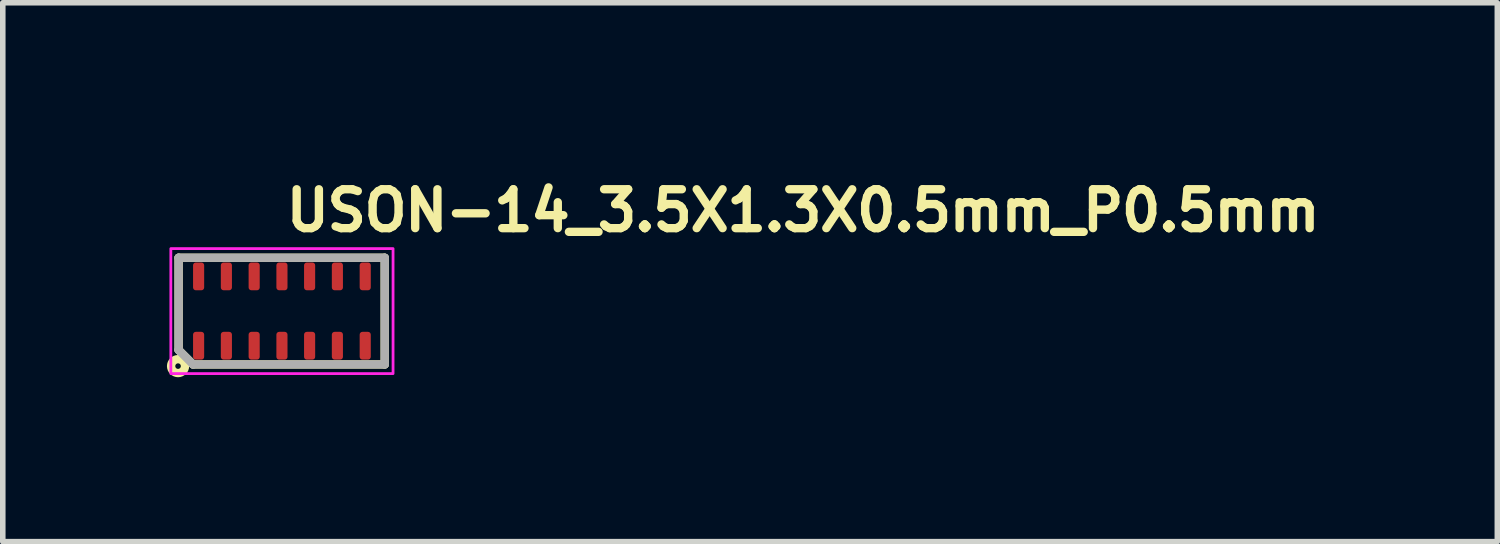
<source format=kicad_pcb>
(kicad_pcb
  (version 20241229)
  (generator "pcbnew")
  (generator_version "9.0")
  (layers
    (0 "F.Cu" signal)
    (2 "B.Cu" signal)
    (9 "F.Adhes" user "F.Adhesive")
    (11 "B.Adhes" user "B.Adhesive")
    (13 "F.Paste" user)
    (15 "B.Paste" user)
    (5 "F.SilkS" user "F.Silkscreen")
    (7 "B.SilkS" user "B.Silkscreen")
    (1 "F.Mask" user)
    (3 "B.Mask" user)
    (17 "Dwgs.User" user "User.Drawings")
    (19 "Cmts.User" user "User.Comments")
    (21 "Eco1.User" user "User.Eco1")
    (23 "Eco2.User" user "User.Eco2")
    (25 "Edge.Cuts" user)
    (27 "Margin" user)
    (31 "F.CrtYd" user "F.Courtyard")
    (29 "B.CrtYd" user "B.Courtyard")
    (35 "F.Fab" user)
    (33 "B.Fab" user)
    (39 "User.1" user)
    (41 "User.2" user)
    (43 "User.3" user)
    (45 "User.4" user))
  (footprint "USON-14_3.5X1.3X0.5mm_P0.5mm"
    (layer "F.Cu")
    (at 2.025 2.55)
    (property "Reference" "USON-14_3.5X1.3X0.5mm_P0.5mm" (at 0 -1.4 180) (layer "F.SilkS") (effects (font (size 0.7 0.7) (thickness 0.15)) (justify left bottom)))
    (attr smd)
    (fp_line (start -1.86 -0.96) (end 1.85 -0.96) (stroke (width 0.15) (type solid)) (layer "F.SilkS"))
    (fp_line (start -1.86 0.7) (end -1.86 -0.96) (stroke (width 0.15) (type solid)) (layer "F.SilkS"))
    (fp_line (start -1.86 0.7) (end -1.6 0.96) (stroke (width 0.15) (type default)) (layer "F.SilkS"))
    (fp_line (start 1.85 -0.96) (end 1.85 0.96) (stroke (width 0.15) (type solid)) (layer "F.SilkS"))
    (fp_line (start 1.85 0.96) (end -1.6 0.96) (stroke (width 0.15) (type solid)) (layer "F.SilkS"))
    (fp_circle (center -1.87 0.99) (end -1.82 0.99) (stroke (width 0.15) (type solid)) (fill no) (layer "F.SilkS"))
    (fp_rect (start -2 -1.125) (end 2 1.125) (stroke (width 0.05) (type solid)) (fill no) (layer "F.CrtYd"))
    (fp_line (start -1.86 -0.96) (end -1.86 0.7) (stroke (width 0.15) (type solid)) (layer "F.Fab"))
    (fp_line (start -1.86 0.7) (end -1.6 0.96) (stroke (width 0.15) (type default)) (layer "F.Fab"))
    (fp_line (start -1.6 0.96) (end 1.85 0.96) (stroke (width 0.15) (type solid)) (layer "F.Fab"))
    (fp_line (start 1.85 -0.96) (end -1.86 -0.96) (stroke (width 0.15) (type solid)) (layer "F.Fab"))
    (fp_line (start 1.85 0.96) (end 1.85 -0.96) (stroke (width 0.15) (type solid)) (layer "F.Fab"))
    (fp_rect (start -1.75 -0.687) (end 1.749 0.685) (stroke (width 0.1) (type solid)) (fill no) (layer "User.5"))
    (fp_line (start -1.75 -0.677) (end -1.75 0.675) (stroke (width 0.02) (type solid)) (layer "User.9"))
    (fp_line (start -1.75 0.675) (end 1.749 0.675) (stroke (width 0.02) (type solid)) (layer "User.9"))
    (fp_line (start -1.601 -0.687) (end -1.601 -0.677) (stroke (width 0.02) (type solid)) (layer "User.9"))
    (fp_line (start -1.601 0.675) (end -1.601 0.685) (stroke (width 0.02) (type solid)) (layer "User.9"))
    (fp_line (start -1.601 0.685) (end -1.401 0.685) (stroke (width 0.02) (type solid)) (layer "User.9"))
    (fp_line (start -1.594 0.341) (end -1.594 0.348) (stroke (width 0.02) (type solid)) (layer "User.9"))
    (fp_line (start -1.594 0.348) (end -1.594 0.356) (stroke (width 0.02) (type solid)) (layer "User.9"))
    (fp_line (start -1.594 0.356) (end -1.594 0.363) (stroke (width 0.02) (type solid)) (layer "User.9"))
    (fp_line (start -1.594 0.364) (end -1.594 0.371) (stroke (width 0.02) (type solid)) (layer "User.9"))
    (fp_line (start -1.594 0.371) (end -1.594 0.378) (stroke (width 0.02) (type solid)) (layer "User.9"))
    (fp_line (start -1.594 0.378) (end -1.594 0.385) (stroke (width 0.02) (type solid)) (layer "User.9"))
    (fp_line (start -1.594 0.385) (end -1.592 0.393) (stroke (width 0.02) (type solid)) (layer "User.9"))
    (fp_line (start -1.592 0.332) (end -1.594 0.341) (stroke (width 0.02) (type solid)) (layer "User.9"))
    (fp_line (start -1.592 0.393) (end -1.59 0.4) (stroke (width 0.02) (type solid)) (layer "User.9"))
    (fp_line (start -1.59 0.325) (end -1.592 0.332) (stroke (width 0.02) (type solid)) (layer "User.9"))
    (fp_line (start -1.59 0.4) (end -1.588 0.408) (stroke (width 0.02) (type solid)) (layer "User.9"))
    (fp_line (start -1.588 0.318) (end -1.59 0.325) (stroke (width 0.02) (type solid)) (layer "User.9"))
    (fp_line (start -1.588 0.408) (end -1.586 0.415) (stroke (width 0.02) (type solid)) (layer "User.9"))
    (fp_line (start -1.586 0.311) (end -1.588 0.318) (stroke (width 0.02) (type solid)) (layer "User.9"))
    (fp_line (start -1.586 0.415) (end -1.584 0.422) (stroke (width 0.02) (type solid)) (layer "User.9"))
    (fp_line (start -1.584 0.305) (end -1.586 0.311) (stroke (width 0.02) (type solid)) (layer "User.9"))
    (fp_line (start -1.584 0.422) (end -1.58 0.429) (stroke (width 0.02) (type solid)) (layer "User.9"))
    (fp_line (start -1.58 0.298) (end -1.584 0.305) (stroke (width 0.02) (type solid)) (layer "User.9"))
    (fp_line (start -1.58 0.429) (end -1.576 0.435) (stroke (width 0.02) (type solid)) (layer "User.9"))
    (fp_line (start -1.576 0.292) (end -1.58 0.298) (stroke (width 0.02) (type solid)) (layer "User.9"))
    (fp_line (start -1.576 0.435) (end -1.574 0.44) (stroke (width 0.02) (type solid)) (layer "User.9"))
    (fp_line (start -1.574 0.286) (end -1.576 0.292) (stroke (width 0.02) (type solid)) (layer "User.9"))
    (fp_line (start -1.574 0.44) (end -1.57 0.446) (stroke (width 0.02) (type solid)) (layer "User.9"))
    (fp_line (start -1.57 0.28) (end -1.574 0.286) (stroke (width 0.02) (type solid)) (layer "User.9"))
    (fp_line (start -1.57 0.446) (end -1.566 0.452) (stroke (width 0.02) (type solid)) (layer "User.9"))
    (fp_line (start -1.566 0.273) (end -1.57 0.28) (stroke (width 0.02) (type solid)) (layer "User.9"))
    (fp_line (start -1.566 0.452) (end -1.56 0.458) (stroke (width 0.02) (type solid)) (layer "User.9"))
    (fp_line (start -1.56 0.267) (end -1.566 0.273) (stroke (width 0.02) (type solid)) (layer "User.9"))
    (fp_line (start -1.56 0.458) (end -1.556 0.463) (stroke (width 0.02) (type solid)) (layer "User.9"))
    (fp_line (start -1.556 0.262) (end -1.56 0.267) (stroke (width 0.02) (type solid)) (layer "User.9"))
    (fp_line (start -1.556 0.463) (end -1.552 0.47) (stroke (width 0.02) (type solid)) (layer "User.9"))
    (fp_line (start -1.552 0.256) (end -1.556 0.262) (stroke (width 0.02) (type solid)) (layer "User.9"))
    (fp_line (start -1.552 0.47) (end -1.546 0.474) (stroke (width 0.02) (type solid)) (layer "User.9"))
    (fp_line (start -1.546 0.252) (end -1.552 0.256) (stroke (width 0.02) (type solid)) (layer "User.9"))
    (fp_line (start -1.546 0.474) (end -1.54 0.479) (stroke (width 0.02) (type solid)) (layer "User.9"))
    (fp_line (start -1.54 0.247) (end -1.546 0.252) (stroke (width 0.02) (type solid)) (layer "User.9"))
    (fp_line (start -1.54 0.479) (end -1.535 0.484) (stroke (width 0.02) (type solid)) (layer "User.9"))
    (fp_line (start -1.535 0.242) (end -1.54 0.247) (stroke (width 0.02) (type solid)) (layer "User.9"))
    (fp_line (start -1.535 0.484) (end -1.529 0.488) (stroke (width 0.02) (type solid)) (layer "User.9"))
    (fp_line (start -1.529 0.238) (end -1.535 0.242) (stroke (width 0.02) (type solid)) (layer "User.9"))
    (fp_line (start -1.529 0.488) (end -1.523 0.492) (stroke (width 0.02) (type solid)) (layer "User.9"))
    (fp_line (start -1.523 0.234) (end -1.529 0.238) (stroke (width 0.02) (type solid)) (layer "User.9"))
    (fp_line (start -1.523 0.492) (end -1.517 0.495) (stroke (width 0.02) (type solid)) (layer "User.9"))
    (fp_line (start -1.517 0.231) (end -1.523 0.234) (stroke (width 0.02) (type solid)) (layer "User.9"))
    (fp_line (start -1.517 0.495) (end -1.511 0.499) (stroke (width 0.02) (type solid)) (layer "User.9"))
    (fp_line (start -1.511 0.227) (end -1.517 0.231) (stroke (width 0.02) (type solid)) (layer "User.9"))
    (fp_line (start -1.511 0.499) (end -1.503 0.501) (stroke (width 0.02) (type solid)) (layer "User.9"))
    (fp_line (start -1.503 0.224) (end -1.511 0.227) (stroke (width 0.02) (type solid)) (layer "User.9"))
    (fp_line (start -1.503 0.501) (end -1.497 0.503) (stroke (width 0.02) (type solid)) (layer "User.9"))
    (fp_line (start -1.497 0.222) (end -1.503 0.224) (stroke (width 0.02) (type solid)) (layer "User.9"))
    (fp_line (start -1.497 0.503) (end -1.489 0.506) (stroke (width 0.02) (type solid)) (layer "User.9"))
    (fp_line (start -1.489 0.219) (end -1.497 0.222) (stroke (width 0.02) (type solid)) (layer "User.9"))
    (fp_line (start -1.489 0.506) (end -1.483 0.508) (stroke (width 0.02) (type solid)) (layer "User.9"))
    (fp_line (start -1.483 0.217) (end -1.489 0.219) (stroke (width 0.02) (type solid)) (layer "User.9"))
    (fp_line (start -1.483 0.508) (end -1.475 0.509) (stroke (width 0.02) (type solid)) (layer "User.9"))
    (fp_line (start -1.475 0.216) (end -1.483 0.217) (stroke (width 0.02) (type solid)) (layer "User.9"))
    (fp_line (start -1.475 0.509) (end -1.467 0.511) (stroke (width 0.02) (type solid)) (layer "User.9"))
    (fp_line (start -1.467 0.214) (end -1.475 0.216) (stroke (width 0.02) (type solid)) (layer "User.9"))
    (fp_line (start -1.467 0.511) (end -1.461 0.512) (stroke (width 0.02) (type solid)) (layer "User.9"))
    (fp_line (start -1.461 0.213) (end -1.467 0.214) (stroke (width 0.02) (type solid)) (layer "User.9"))
    (fp_line (start -1.461 0.512) (end -1.453 0.512) (stroke (width 0.02) (type solid)) (layer "User.9"))
    (fp_line (start -1.453 0.213) (end -1.461 0.213) (stroke (width 0.02) (type solid)) (layer "User.9"))
    (fp_line (start -1.453 0.512) (end -1.445 0.512) (stroke (width 0.02) (type solid)) (layer "User.9"))
    (fp_line (start -1.445 0.213) (end -1.453 0.213) (stroke (width 0.02) (type solid)) (layer "User.9"))
    (fp_line (start -1.445 0.213) (end -1.445 0.213) (stroke (width 0.02) (type solid)) (layer "User.9"))
    (fp_line (start -1.445 0.512) (end -1.445 0.512) (stroke (width 0.02) (type solid)) (layer "User.9"))
    (fp_line (start -1.445 0.512) (end -1.437 0.512) (stroke (width 0.02) (type solid)) (layer "User.9"))
    (fp_line (start -1.437 0.213) (end -1.445 0.213) (stroke (width 0.02) (type solid)) (layer "User.9"))
    (fp_line (start -1.437 0.512) (end -1.429 0.512) (stroke (width 0.02) (type solid)) (layer "User.9"))
    (fp_line (start -1.429 0.213) (end -1.437 0.213) (stroke (width 0.02) (type solid)) (layer "User.9"))
    (fp_line (start -1.429 0.512) (end -1.423 0.511) (stroke (width 0.02) (type solid)) (layer "User.9"))
    (fp_line (start -1.423 0.214) (end -1.429 0.213) (stroke (width 0.02) (type solid)) (layer "User.9"))
    (fp_line (start -1.423 0.511) (end -1.415 0.509) (stroke (width 0.02) (type solid)) (layer "User.9"))
    (fp_line (start -1.415 0.216) (end -1.423 0.214) (stroke (width 0.02) (type solid)) (layer "User.9"))
    (fp_line (start -1.415 0.509) (end -1.408 0.508) (stroke (width 0.02) (type solid)) (layer "User.9"))
    (fp_line (start -1.408 0.217) (end -1.415 0.216) (stroke (width 0.02) (type solid)) (layer "User.9"))
    (fp_line (start -1.408 0.508) (end -1.4 0.506) (stroke (width 0.02) (type solid)) (layer "User.9"))
    (fp_line (start -1.401 -0.687) (end -1.601 -0.687) (stroke (width 0.02) (type solid)) (layer "User.9"))
    (fp_line (start -1.401 -0.677) (end -1.401 -0.687) (stroke (width 0.02) (type solid)) (layer "User.9"))
    (fp_line (start -1.401 0.685) (end -1.401 0.675) (stroke (width 0.02) (type solid)) (layer "User.9"))
    (fp_line (start -1.4 0.219) (end -1.408 0.217) (stroke (width 0.02) (type solid)) (layer "User.9"))
    (fp_line (start -1.4 0.506) (end -1.394 0.503) (stroke (width 0.02) (type solid)) (layer "User.9"))
    (fp_line (start -1.394 0.222) (end -1.4 0.219) (stroke (width 0.02) (type solid)) (layer "User.9"))
    (fp_line (start -1.394 0.503) (end -1.386 0.501) (stroke (width 0.02) (type solid)) (layer "User.9"))
    (fp_line (start -1.386 0.224) (end -1.394 0.222) (stroke (width 0.02) (type solid)) (layer "User.9"))
    (fp_line (start -1.386 0.501) (end -1.38 0.499) (stroke (width 0.02) (type solid)) (layer "User.9"))
    (fp_line (start -1.38 0.227) (end -1.386 0.224) (stroke (width 0.02) (type solid)) (layer "User.9"))
    (fp_line (start -1.38 0.499) (end -1.374 0.495) (stroke (width 0.02) (type solid)) (layer "User.9"))
    (fp_line (start -1.374 0.231) (end -1.38 0.227) (stroke (width 0.02) (type solid)) (layer "User.9"))
    (fp_line (start -1.374 0.495) (end -1.368 0.492) (stroke (width 0.02) (type solid)) (layer "User.9"))
    (fp_line (start -1.368 0.234) (end -1.374 0.231) (stroke (width 0.02) (type solid)) (layer "User.9"))
    (fp_line (start -1.368 0.492) (end -1.362 0.488) (stroke (width 0.02) (type solid)) (layer "User.9"))
    (fp_line (start -1.362 0.238) (end -1.368 0.234) (stroke (width 0.02) (type solid)) (layer "User.9"))
    (fp_line (start -1.362 0.488) (end -1.356 0.484) (stroke (width 0.02) (type solid)) (layer "User.9"))
    (fp_line (start -1.356 0.242) (end -1.362 0.238) (stroke (width 0.02) (type solid)) (layer "User.9"))
    (fp_line (start -1.356 0.484) (end -1.35 0.479) (stroke (width 0.02) (type solid)) (layer "User.9"))
    (fp_line (start -1.35 0.247) (end -1.356 0.242) (stroke (width 0.02) (type solid)) (layer "User.9"))
    (fp_line (start -1.35 0.479) (end -1.344 0.474) (stroke (width 0.02) (type solid)) (layer "User.9"))
    (fp_line (start -1.344 0.252) (end -1.35 0.247) (stroke (width 0.02) (type solid)) (layer "User.9"))
    (fp_line (start -1.344 0.474) (end -1.338 0.47) (stroke (width 0.02) (type solid)) (layer "User.9"))
    (fp_line (start -1.338 0.256) (end -1.344 0.252) (stroke (width 0.02) (type solid)) (layer "User.9"))
    (fp_line (start -1.338 0.47) (end -1.334 0.463) (stroke (width 0.02) (type solid)) (layer "User.9"))
    (fp_line (start -1.334 0.262) (end -1.338 0.256) (stroke (width 0.02) (type solid)) (layer "User.9"))
    (fp_line (start -1.334 0.463) (end -1.33 0.458) (stroke (width 0.02) (type solid)) (layer "User.9"))
    (fp_line (start -1.33 0.267) (end -1.334 0.262) (stroke (width 0.02) (type solid)) (layer "User.9"))
    (fp_line (start -1.33 0.458) (end -1.324 0.452) (stroke (width 0.02) (type solid)) (layer "User.9"))
    (fp_line (start -1.324 0.273) (end -1.33 0.267) (stroke (width 0.02) (type solid)) (layer "User.9"))
    (fp_line (start -1.324 0.452) (end -1.32 0.446) (stroke (width 0.02) (type solid)) (layer "User.9"))
    (fp_line (start -1.32 0.28) (end -1.324 0.273) (stroke (width 0.02) (type solid)) (layer "User.9"))
    (fp_line (start -1.32 0.446) (end -1.316 0.44) (stroke (width 0.02) (type solid)) (layer "User.9"))
    (fp_line (start -1.316 0.286) (end -1.32 0.28) (stroke (width 0.02) (type solid)) (layer "User.9"))
    (fp_line (start -1.316 0.44) (end -1.314 0.435) (stroke (width 0.02) (type solid)) (layer "User.9"))
    (fp_line (start -1.314 0.292) (end -1.316 0.286) (stroke (width 0.02) (type solid)) (layer "User.9"))
    (fp_line (start -1.314 0.435) (end -1.31 0.429) (stroke (width 0.02) (type solid)) (layer "User.9"))
    (fp_line (start -1.31 0.298) (end -1.314 0.292) (stroke (width 0.02) (type solid)) (layer "User.9"))
    (fp_line (start -1.31 0.429) (end -1.306 0.422) (stroke (width 0.02) (type solid)) (layer "User.9"))
    (fp_line (start -1.306 0.305) (end -1.31 0.298) (stroke (width 0.02) (type solid)) (layer "User.9"))
    (fp_line (start -1.306 0.422) (end -1.304 0.415) (stroke (width 0.02) (type solid)) (layer "User.9"))
    (fp_line (start -1.304 0.311) (end -1.306 0.305) (stroke (width 0.02) (type solid)) (layer "User.9"))
    (fp_line (start -1.304 0.415) (end -1.302 0.408) (stroke (width 0.02) (type solid)) (layer "User.9"))
    (fp_line (start -1.302 0.318) (end -1.304 0.311) (stroke (width 0.02) (type solid)) (layer "User.9"))
    (fp_line (start -1.302 0.408) (end -1.3 0.4) (stroke (width 0.02) (type solid)) (layer "User.9"))
    (fp_line (start -1.3 0.325) (end -1.302 0.318) (stroke (width 0.02) (type solid)) (layer "User.9"))
    (fp_line (start -1.3 0.4) (end -1.298 0.393) (stroke (width 0.02) (type solid)) (layer "User.9"))
    (fp_line (start -1.298 0.332) (end -1.3 0.325) (stroke (width 0.02) (type solid)) (layer "User.9"))
    (fp_line (start -1.298 0.393) (end -1.296 0.385) (stroke (width 0.02) (type solid)) (layer "User.9"))
    (fp_line (start -1.296 0.341) (end -1.298 0.332) (stroke (width 0.02) (type solid)) (layer "User.9"))
    (fp_line (start -1.296 0.348) (end -1.296 0.341) (stroke (width 0.02) (type solid)) (layer "User.9"))
    (fp_line (start -1.296 0.356) (end -1.296 0.348) (stroke (width 0.02) (type solid)) (layer "User.9"))
    (fp_line (start -1.296 0.364) (end -1.296 0.356) (stroke (width 0.02) (type solid)) (layer "User.9"))
    (fp_line (start -1.296 0.371) (end -1.296 0.364) (stroke (width 0.02) (type solid)) (layer "User.9"))
    (fp_line (start -1.296 0.378) (end -1.296 0.371) (stroke (width 0.02) (type solid)) (layer "User.9"))
    (fp_line (start -1.296 0.385) (end -1.296 0.378) (stroke (width 0.02) (type solid)) (layer "User.9"))
    (fp_line (start -1.101 -0.687) (end -1.101 -0.677) (stroke (width 0.02) (type solid)) (layer "User.9"))
    (fp_line (start -1.101 0.675) (end -1.101 0.685) (stroke (width 0.02) (type solid)) (layer "User.9"))
    (fp_line (start -1.101 0.685) (end -0.902 0.685) (stroke (width 0.02) (type solid)) (layer "User.9"))
    (fp_line (start -0.902 -0.687) (end -1.101 -0.687) (stroke (width 0.02) (type solid)) (layer "User.9"))
    (fp_line (start -0.902 -0.677) (end -0.902 -0.687) (stroke (width 0.02) (type solid)) (layer "User.9"))
    (fp_line (start -0.902 0.685) (end -0.902 0.675) (stroke (width 0.02) (type solid)) (layer "User.9"))
    (fp_line (start -0.6 -0.687) (end -0.6 -0.677) (stroke (width 0.02) (type solid)) (layer "User.9"))
    (fp_line (start -0.6 0.675) (end -0.6 0.685) (stroke (width 0.02) (type solid)) (layer "User.9"))
    (fp_line (start -0.6 0.685) (end -0.402 0.685) (stroke (width 0.02) (type solid)) (layer "User.9"))
    (fp_line (start -0.402 -0.687) (end -0.6 -0.687) (stroke (width 0.02) (type solid)) (layer "User.9"))
    (fp_line (start -0.402 -0.677) (end -0.402 -0.687) (stroke (width 0.02) (type solid)) (layer "User.9"))
    (fp_line (start -0.402 0.685) (end -0.402 0.675) (stroke (width 0.02) (type solid)) (layer "User.9"))
    (fp_line (start -0.102 -0.687) (end -0.102 -0.677) (stroke (width 0.02) (type solid)) (layer "User.9"))
    (fp_line (start -0.102 0.675) (end -0.102 0.685) (stroke (width 0.02) (type solid)) (layer "User.9"))
    (fp_line (start -0.102 0.685) (end 0.1 0.685) (stroke (width 0.02) (type solid)) (layer "User.9"))
    (fp_line (start 0.1 -0.687) (end -0.102 -0.687) (stroke (width 0.02) (type solid)) (layer "User.9"))
    (fp_line (start 0.1 -0.677) (end 0.1 -0.687) (stroke (width 0.02) (type solid)) (layer "User.9"))
    (fp_line (start 0.1 0.685) (end 0.1 0.675) (stroke (width 0.02) (type solid)) (layer "User.9"))
    (fp_line (start 0.4 -0.687) (end 0.4 -0.677) (stroke (width 0.02) (type solid)) (layer "User.9"))
    (fp_line (start 0.4 0.675) (end 0.4 0.685) (stroke (width 0.02) (type solid)) (layer "User.9"))
    (fp_line (start 0.4 0.685) (end 0.598 0.685) (stroke (width 0.02) (type solid)) (layer "User.9"))
    (fp_line (start 0.598 -0.687) (end 0.4 -0.687) (stroke (width 0.02) (type solid)) (layer "User.9"))
    (fp_line (start 0.598 -0.677) (end 0.598 -0.687) (stroke (width 0.02) (type solid)) (layer "User.9"))
    (fp_line (start 0.598 0.685) (end 0.598 0.675) (stroke (width 0.02) (type solid)) (layer "User.9"))
    (fp_line (start 0.9 -0.687) (end 0.9 -0.677) (stroke (width 0.02) (type solid)) (layer "User.9"))
    (fp_line (start 0.9 0.675) (end 0.9 0.685) (stroke (width 0.02) (type solid)) (layer "User.9"))
    (fp_line (start 0.9 0.685) (end 1.1 0.685) (stroke (width 0.02) (type solid)) (layer "User.9"))
    (fp_line (start 1.1 -0.687) (end 0.9 -0.687) (stroke (width 0.02) (type solid)) (layer "User.9"))
    (fp_line (start 1.1 -0.677) (end 1.1 -0.687) (stroke (width 0.02) (type solid)) (layer "User.9"))
    (fp_line (start 1.1 0.685) (end 1.1 0.675) (stroke (width 0.02) (type solid)) (layer "User.9"))
    (fp_line (start 1.398 -0.687) (end 1.398 -0.677) (stroke (width 0.02) (type solid)) (layer "User.9"))
    (fp_line (start 1.398 0.675) (end 1.398 0.685) (stroke (width 0.02) (type solid)) (layer "User.9"))
    (fp_line (start 1.398 0.685) (end 1.6 0.685) (stroke (width 0.02) (type solid)) (layer "User.9"))
    (fp_line (start 1.6 -0.687) (end 1.398 -0.687) (stroke (width 0.02) (type solid)) (layer "User.9"))
    (fp_line (start 1.6 -0.677) (end 1.6 -0.687) (stroke (width 0.02) (type solid)) (layer "User.9"))
    (fp_line (start 1.6 0.685) (end 1.6 0.675) (stroke (width 0.02) (type solid)) (layer "User.9"))
    (fp_line (start 1.749 -0.677) (end -1.75 -0.677) (stroke (width 0.02) (type solid)) (layer "User.9"))
    (fp_line (start 1.749 0.675) (end 1.749 -0.677) (stroke (width 0.02) (type solid)) (layer "User.9"))
    (pad "1" smd roundrect (at -1.5 0.623) (size 0.2 0.5) (layers "F.Cu" "F.Mask" "F.Paste") (roundrect_rratio 0.25))
    (pad "2" smd roundrect (at -1 0.623) (size 0.2 0.5) (layers "F.Cu" "F.Mask" "F.Paste") (roundrect_rratio 0.25))
    (pad "3" smd roundrect (at -0.5 0.623) (size 0.2 0.5) (layers "F.Cu" "F.Mask" "F.Paste") (roundrect_rratio 0.25))
    (pad "4" smd roundrect (at 0 0.623) (size 0.2 0.5) (layers "F.Cu" "F.Mask" "F.Paste") (roundrect_rratio 0.25))
    (pad "5" smd roundrect (at 0.498 0.623) (size 0.2 0.5) (layers "F.Cu" "F.Mask" "F.Paste") (roundrect_rratio 0.25))
    (pad "6" smd roundrect (at 0.998 0.623) (size 0.2 0.5) (layers "F.Cu" "F.Mask" "F.Paste") (roundrect_rratio 0.25))
    (pad "7" smd roundrect (at 1.499 0.623) (size 0.2 0.5) (layers "F.Cu" "F.Mask" "F.Paste") (roundrect_rratio 0.25))
    (pad "8" smd roundrect (at 1.499 -0.625) (size 0.2 0.5) (layers "F.Cu" "F.Mask" "F.Paste") (roundrect_rratio 0.25))
    (pad "9" smd roundrect (at 0.998 -0.625) (size 0.2 0.5) (layers "F.Cu" "F.Mask" "F.Paste") (roundrect_rratio 0.25))
    (pad "10" smd roundrect (at 0.498 -0.625) (size 0.2 0.5) (layers "F.Cu" "F.Mask" "F.Paste") (roundrect_rratio 0.25))
    (pad "11" smd roundrect (at 0 -0.625) (size 0.2 0.5) (layers "F.Cu" "F.Mask" "F.Paste") (roundrect_rratio 0.25))
    (pad "12" smd roundrect (at -0.5 -0.625) (size 0.2 0.5) (layers "F.Cu" "F.Mask" "F.Paste") (roundrect_rratio 0.25))
    (pad "13" smd roundrect (at -1 -0.625) (size 0.2 0.5) (layers "F.Cu" "F.Mask" "F.Paste") (roundrect_rratio 0.25))
    (pad "14" smd roundrect (at -1.5 -0.625) (size 0.2 0.5) (layers "F.Cu" "F.Mask" "F.Paste") (roundrect_rratio 0.25)))
  (gr_rect
    (start -3 -3)
    (end 23.902 6.7)
    (stroke (width 0.1) (type default))
    (fill no)
    (layer "Edge.Cuts")))
</source>
